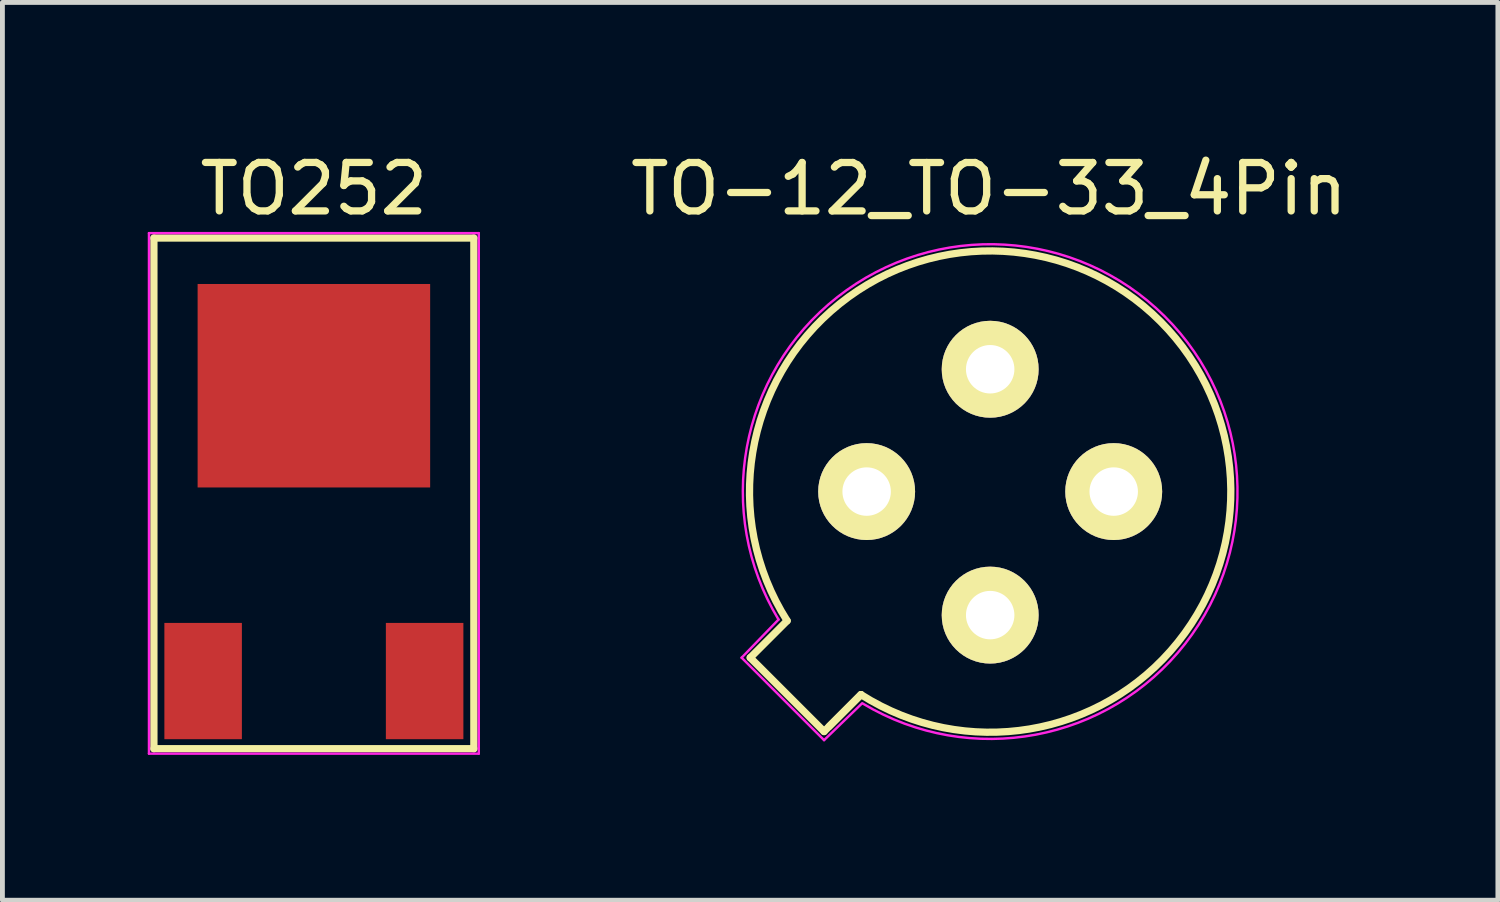
<source format=kicad_pcb>
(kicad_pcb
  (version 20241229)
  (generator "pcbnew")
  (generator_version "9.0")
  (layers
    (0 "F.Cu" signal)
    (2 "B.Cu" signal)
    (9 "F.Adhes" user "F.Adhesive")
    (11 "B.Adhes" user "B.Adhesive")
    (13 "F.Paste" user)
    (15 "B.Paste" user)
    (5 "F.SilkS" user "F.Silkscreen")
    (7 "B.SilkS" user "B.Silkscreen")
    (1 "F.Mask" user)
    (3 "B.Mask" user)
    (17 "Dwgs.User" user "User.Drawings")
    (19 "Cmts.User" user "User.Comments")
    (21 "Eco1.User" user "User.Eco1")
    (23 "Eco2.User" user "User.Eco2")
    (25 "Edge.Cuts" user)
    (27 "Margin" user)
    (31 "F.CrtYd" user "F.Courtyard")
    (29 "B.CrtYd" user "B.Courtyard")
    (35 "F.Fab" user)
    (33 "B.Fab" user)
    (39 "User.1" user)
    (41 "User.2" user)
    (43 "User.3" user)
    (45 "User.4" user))
  (footprint "TO252"
    (layer "F.Cu")
    (at 1.143 11.008)
    (property "Reference" "TO252" (at 2.286 -10.16 0) (layer "F.SilkS") (effects (font (size 1 1) (thickness 0.15))))
    (attr through_hole)
    (fp_line (start -1.016 -9.144) (end -1.016 1.397) (stroke (width 0.15) (type solid)) (layer "F.SilkS"))
    (fp_line (start -1.016 -9.144) (end 5.588 -9.144) (stroke (width 0.15) (type solid)) (layer "F.SilkS"))
    (fp_line (start 5.588 1.397) (end -1.016 1.397) (stroke (width 0.15) (type solid)) (layer "F.SilkS"))
    (fp_line (start 5.588 1.397) (end 5.588 -9.144) (stroke (width 0.15) (type solid)) (layer "F.SilkS"))
    (fp_line (start -1.118 -9.246) (end 5.69 -9.246) (stroke (width 0.05) (type solid)) (layer "F.CrtYd"))
    (fp_line (start -1.118 1.499) (end -1.118 -9.246) (stroke (width 0.05) (type solid)) (layer "F.CrtYd"))
    (fp_line (start 5.69 -9.246) (end 5.69 1.499) (stroke (width 0.05) (type solid)) (layer "F.CrtYd"))
    (fp_line (start 5.69 1.499) (end -1.118 1.499) (stroke (width 0.05) (type solid)) (layer "F.CrtYd"))
    (pad "1" smd rect (at 0 0) (size 1.6 2.4) (layers "F.Cu" "F.Mask" "F.Paste"))
    (pad "2" connect rect (at 2.286 -6.096) (size 4.8 4.2) (layers "F.Cu" "F.Mask"))
    (pad "3" smd rect (at 4.572 0) (size 1.6 2.4) (layers "F.Cu" "F.Mask" "F.Paste")))
  (footprint "TO-12_TO-33_4Pin"
    (layer "F.Cu")
    (at 14.849 7.097)
    (property "Reference" "TO-12_TO-33_4Pin" (at 2.515 -6.248 0) (layer "F.SilkS") (effects (font (size 1 1) (thickness 0.15))))
    (attr through_hole)
    (fp_line (start -1.651 2.667) (end -2.413 3.429) (stroke (width 0.15) (type solid)) (layer "F.SilkS"))
    (fp_line (start -0.889 4.953) (end -2.413 3.429) (stroke (width 0.15) (type solid)) (layer "F.SilkS"))
    (fp_line (start -0.787 4.851) (end -0.127 4.191) (stroke (width 0.15) (type solid)) (layer "F.SilkS"))
    (fp_line (start -0.127 4.191) (end -0.889 4.953) (stroke (width 0.15) (type solid)) (layer "F.SilkS"))
    (fp_arc (start -1.651 2.667) (mid 6.052646 -3.512646) (end -0.127 4.191) (stroke (width 0.15) (type solid)) (layer "F.SilkS"))
    (fp_line (start -2.591 3.429) (end -0.889 5.131) (stroke (width 0.05) (type solid)) (layer "F.CrtYd"))
    (fp_line (start -1.829 2.642) (end -2.591 3.429) (stroke (width 0.05) (type solid)) (layer "F.CrtYd"))
    (fp_line (start -0.889 5.131) (end -0.102 4.369) (stroke (width 0.05) (type solid)) (layer "F.CrtYd"))
    (fp_arc (start -1.8288 2.6416) (mid 6.142305 -3.617715) (end -0.082928 4.380036) (stroke (width 0.05) (type solid)) (layer "F.CrtYd"))
    (pad "1" thru_hole circle (at -0.01 0) (size 2 2) (drill 1) (layers "*.Cu" "*.Mask" "F.SilkS"))
    (pad "2" thru_hole circle (at 2.54 -2.525) (size 2 2) (drill 1) (layers "*.Cu" "*.Mask" "F.SilkS"))
    (pad "3" thru_hole circle (at 5.09 0) (size 2 2) (drill 1) (layers "*.Cu" "*.Mask" "F.SilkS"))
    (pad "4" thru_hole circle (at 2.54 2.55) (size 2 2) (drill 1) (layers "*.Cu" "*.Mask" "F.SilkS")))
  (gr_rect
    (start -3 -3)
    (end 27.869 15.532)
    (stroke (width 0.1) (type default))
    (fill no)
    (layer "Edge.Cuts")))
</source>
